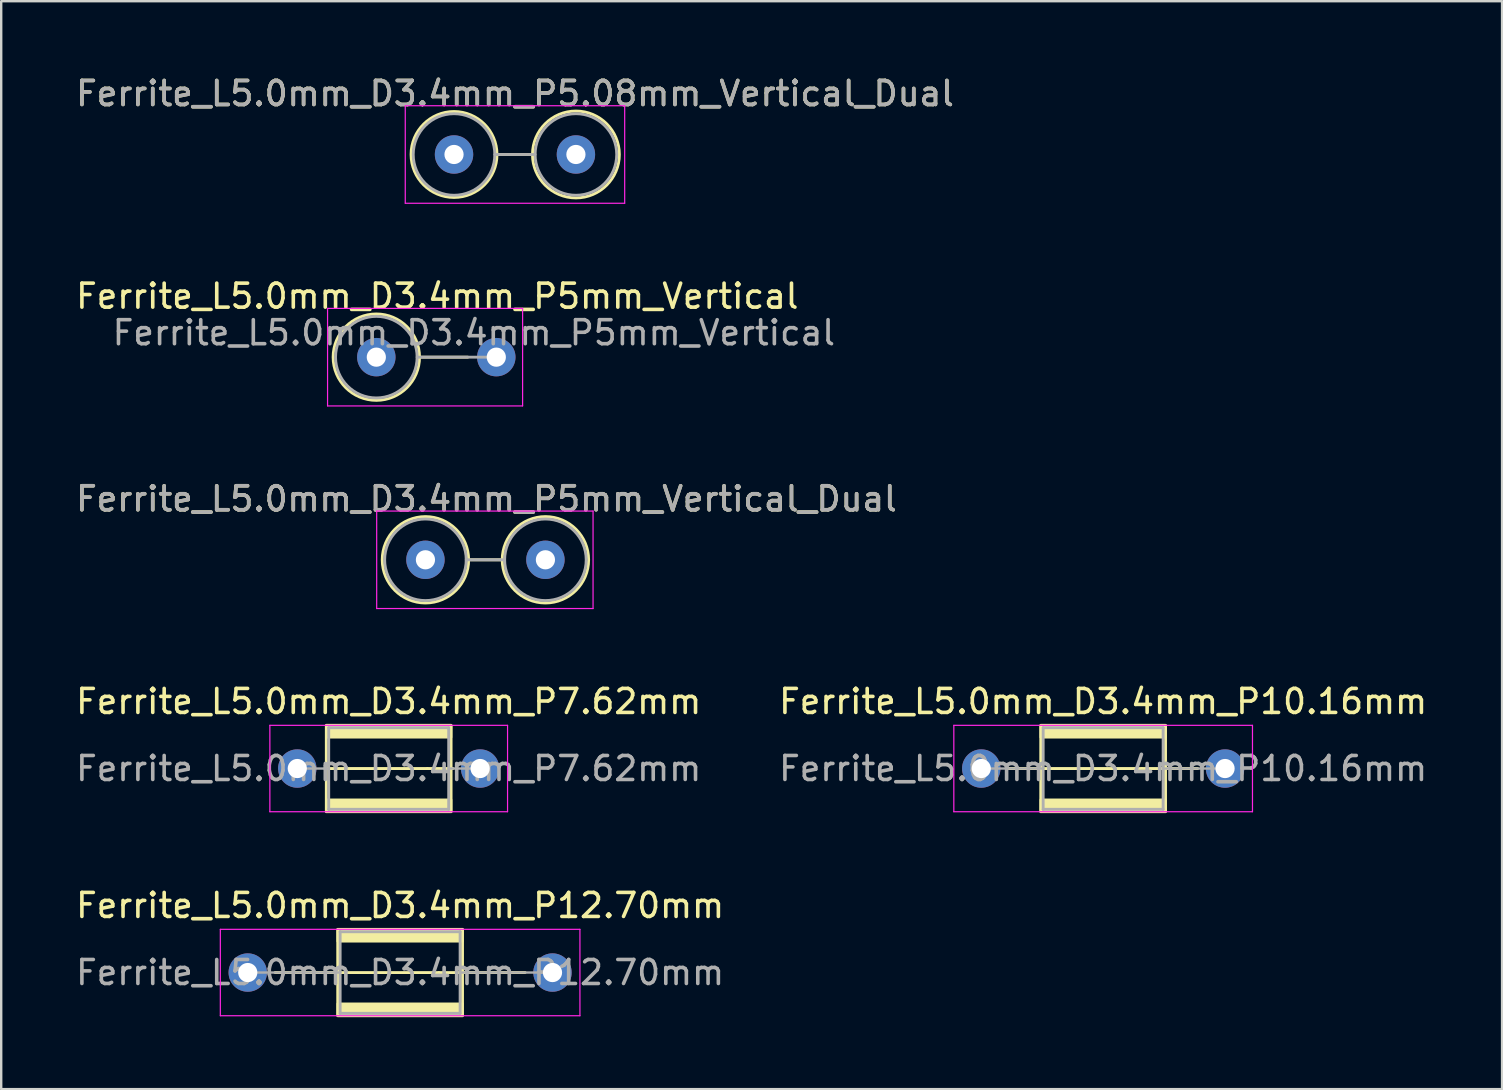
<source format=kicad_pcb>
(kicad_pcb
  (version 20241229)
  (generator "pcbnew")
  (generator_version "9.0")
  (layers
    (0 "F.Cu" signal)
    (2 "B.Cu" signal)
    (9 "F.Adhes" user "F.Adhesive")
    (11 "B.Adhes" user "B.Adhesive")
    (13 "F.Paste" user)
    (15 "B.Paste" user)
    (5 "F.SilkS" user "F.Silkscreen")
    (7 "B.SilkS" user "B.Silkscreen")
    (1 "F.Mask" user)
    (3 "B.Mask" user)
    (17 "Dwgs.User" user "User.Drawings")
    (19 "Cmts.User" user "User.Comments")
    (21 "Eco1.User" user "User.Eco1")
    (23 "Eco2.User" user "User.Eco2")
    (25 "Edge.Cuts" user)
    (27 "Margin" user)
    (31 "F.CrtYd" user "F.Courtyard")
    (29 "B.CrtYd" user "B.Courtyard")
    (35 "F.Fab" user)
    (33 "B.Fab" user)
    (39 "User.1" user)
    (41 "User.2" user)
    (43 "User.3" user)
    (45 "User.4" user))
  (footprint "Ferrite_L5.0mm_D3.4mm_P10.16mm"
    (layer "F.Cu")
    (at 37.843 28.978)
    (property "Reference" "Ferrite_L5.0mm_D3.4mm_P10.16mm" (at 5.08 -2.794 0) (layer "F.SilkS") (effects (font (size 1 1) (thickness 0.15))))
    (fp_line (start 6.694 0.000002) (end 1.143 0) (stroke (width 0.12) (type solid)) (layer "F.SilkS"))
    (fp_line (start 6.694 0.000002) (end 9.017 0) (stroke (width 0.12) (type solid)) (layer "F.SilkS"))
    (fp_rect (start 2.48 -1.8) (end 7.68 1.8) (stroke (width 0.12) (type solid)) (fill no) (layer "F.SilkS"))
    (fp_poly (pts (xy 2.48 1.3) (xy 7.68 1.3) (xy 7.68 1.8) (xy 2.48 1.8)) (stroke (width 0.1) (type solid)) (fill yes) (layer "F.SilkS"))
    (fp_poly (pts (xy 7.68 -1.3) (xy 2.48 -1.3) (xy 2.48 -1.8) (xy 7.68 -1.8)) (stroke (width 0.1) (type solid)) (fill yes) (layer "F.SilkS"))
    (fp_line (start -1.143 -1.8) (end 11.303 -1.8) (stroke (width 0.05) (type solid)) (layer "F.CrtYd"))
    (fp_line (start -1.143 1.8) (end -1.143 -1.8) (stroke (width 0.05) (type solid)) (layer "F.CrtYd"))
    (fp_line (start 11.303 -1.8) (end 11.303 1.8) (stroke (width 0.05) (type solid)) (layer "F.CrtYd"))
    (fp_line (start 11.303 1.8) (end -1.143 1.8) (stroke (width 0.05) (type solid)) (layer "F.CrtYd"))
    (fp_line (start 0 0) (end 2.58 0) (stroke (width 0.1) (type solid)) (layer "F.Fab"))
    (fp_line (start 2.58 -1.7) (end 7.58 -1.7) (stroke (width 0.12) (type solid)) (layer "F.Fab"))
    (fp_line (start 2.58 1.7) (end 2.58 -1.7) (stroke (width 0.12) (type solid)) (layer "F.Fab"))
    (fp_line (start 7.58 -1.7) (end 7.58 1.7) (stroke (width 0.12) (type solid)) (layer "F.Fab"))
    (fp_line (start 7.58 1.7) (end 2.58 1.7) (stroke (width 0.12) (type solid)) (layer "F.Fab"))
    (fp_line (start 10.16 0) (end 7.58 0) (stroke (width 0.1) (type solid)) (layer "F.Fab"))
    (fp_text user "${REFERENCE}" (at 5.08 0 0) (layer "F.Fab") (effects (font (size 1 1) (thickness 0.15))))
    (pad "1" thru_hole circle (at 0 0) (size 1.6 1.6) (drill 0.8) (layers "*.Cu" "*.Mask"))
    (pad "2" thru_hole circle (at 10.16 0) (size 1.6 1.6) (drill 0.8) (layers "*.Cu" "*.Mask")))
  (footprint "Ferrite_L5.0mm_D3.4mm_P12.70mm"
    (layer "F.Cu")
    (at 7.275 37.48)
    (property "Reference" "Ferrite_L5.0mm_D3.4mm_P12.70mm" (at 6.35 -2.794 0) (layer "F.SilkS") (effects (font (size 1 1) (thickness 0.15))))
    (fp_line (start 7.964 0.000002) (end 1.143 0) (stroke (width 0.12) (type solid)) (layer "F.SilkS"))
    (fp_line (start 7.964 0.000002) (end 11.557 0) (stroke (width 0.12) (type solid)) (layer "F.SilkS"))
    (fp_rect (start 3.75 -1.8) (end 8.95 1.8) (stroke (width 0.12) (type solid)) (fill no) (layer "F.SilkS"))
    (fp_poly (pts (xy 3.75 1.3) (xy 8.95 1.3) (xy 8.95 1.8) (xy 3.75 1.8)) (stroke (width 0.1) (type solid)) (fill yes) (layer "F.SilkS"))
    (fp_poly (pts (xy 8.95 -1.3) (xy 3.75 -1.3) (xy 3.75 -1.8) (xy 8.95 -1.8)) (stroke (width 0.1) (type solid)) (fill yes) (layer "F.SilkS"))
    (fp_line (start -1.143 -1.8) (end 13.843 -1.8) (stroke (width 0.05) (type solid)) (layer "F.CrtYd"))
    (fp_line (start -1.143 1.8) (end -1.143 -1.8) (stroke (width 0.05) (type solid)) (layer "F.CrtYd"))
    (fp_line (start 13.843 -1.8) (end 13.843 1.8) (stroke (width 0.05) (type solid)) (layer "F.CrtYd"))
    (fp_line (start 13.843 1.8) (end -1.143 1.8) (stroke (width 0.05) (type solid)) (layer "F.CrtYd"))
    (fp_line (start 0 0) (end 3.85 0) (stroke (width 0.1) (type solid)) (layer "F.Fab"))
    (fp_line (start 3.85 -1.7) (end 8.85 -1.7) (stroke (width 0.12) (type solid)) (layer "F.Fab"))
    (fp_line (start 3.85 1.7) (end 3.85 -1.7) (stroke (width 0.12) (type solid)) (layer "F.Fab"))
    (fp_line (start 8.85 -1.7) (end 8.85 1.7) (stroke (width 0.12) (type solid)) (layer "F.Fab"))
    (fp_line (start 8.85 1.7) (end 3.85 1.7) (stroke (width 0.12) (type solid)) (layer "F.Fab"))
    (fp_line (start 12.7 0) (end 8.85 0) (stroke (width 0.1) (type solid)) (layer "F.Fab"))
    (fp_text user "${REFERENCE}" (at 6.35 0 0) (layer "F.Fab") (effects (font (size 1 1) (thickness 0.15))))
    (pad "1" thru_hole circle (at 0 0) (size 1.6 1.6) (drill 0.8) (layers "*.Cu" "*.Mask"))
    (pad "2" thru_hole circle (at 12.7 0) (size 1.6 1.6) (drill 0.8) (layers "*.Cu" "*.Mask")))
  (footprint "Ferrite_L5.0mm_D3.4mm_P5mm_Vertical_Dual"
    (layer "F.Cu")
    (at 14.68 20.279)
    (property "Reference" "Ferrite_L5.0mm_D3.4mm_P5mm_Vertical_Dual" (at 2.54 -2.54 0) (layer "F.SilkS") (effects (font (size 1 1) (thickness 0.15))))
    (fp_line (start 1.8 0) (end 3.2 0) (stroke (width 0.12) (type solid)) (layer "F.SilkS"))
    (fp_circle (center 0 0) (end 1.8 0) (stroke (width 0.12) (type solid)) (fill no) (layer "F.SilkS"))
    (fp_circle (center 5 0) (end 6.8 0) (stroke (width 0.12) (type solid)) (fill no) (layer "F.SilkS"))
    (fp_line (start -2.032 -2.032) (end 6.985 -2.032) (stroke (width 0.05) (type solid)) (layer "F.CrtYd"))
    (fp_line (start -2.032 2.032) (end -2.032 -2.032) (stroke (width 0.05) (type solid)) (layer "F.CrtYd"))
    (fp_line (start 6.985 -2.032) (end 6.985 2.032) (stroke (width 0.05) (type solid)) (layer "F.CrtYd"))
    (fp_line (start 6.985 2.032) (end -2.032 2.032) (stroke (width 0.05) (type solid)) (layer "F.CrtYd"))
    (fp_line (start 1.7 0) (end 3.3 0) (stroke (width 0.12) (type solid)) (layer "F.Fab"))
    (fp_circle (center 0 0) (end 1.7 0) (stroke (width 0.12) (type solid)) (fill no) (layer "F.Fab"))
    (fp_circle (center 5 0) (end 6.7 0) (stroke (width 0.12) (type solid)) (fill no) (layer "F.Fab"))
    (fp_text user "${REFERENCE}" (at 2.54 -2.539 0) (layer "F.Fab") (effects (font (size 1 1) (thickness 0.15))))
    (pad "1" thru_hole circle (at 0 0) (size 1.6 1.6) (drill 0.8) (layers "*.Cu" "*.Mask"))
    (pad "2" thru_hole circle (at 5 0) (size 1.6 1.6) (drill 0.8) (layers "*.Cu" "*.Mask")))
  (footprint "Ferrite_L5.0mm_D3.4mm_P7.62mm"
    (layer "F.Cu")
    (at 9.339 28.978)
    (property "Reference" "Ferrite_L5.0mm_D3.4mm_P7.62mm" (at 3.81 -2.794 0) (layer "F.SilkS") (effects (font (size 1 1) (thickness 0.15))))
    (fp_line (start 5.424 0.000002) (end 1.143 0) (stroke (width 0.12) (type solid)) (layer "F.SilkS"))
    (fp_line (start 5.424 0.000002) (end 6.477 0) (stroke (width 0.12) (type solid)) (layer "F.SilkS"))
    (fp_rect (start 1.21 -1.8) (end 6.41 1.8) (stroke (width 0.12) (type solid)) (fill no) (layer "F.SilkS"))
    (fp_poly (pts (xy 1.21 1.3) (xy 6.41 1.3) (xy 6.41 1.8) (xy 1.21 1.8)) (stroke (width 0.1) (type solid)) (fill yes) (layer "F.SilkS"))
    (fp_poly (pts (xy 6.41 -1.3) (xy 1.21 -1.3) (xy 1.21 -1.8) (xy 6.41 -1.8)) (stroke (width 0.1) (type solid)) (fill yes) (layer "F.SilkS"))
    (fp_line (start -1.143 -1.8) (end 8.763 -1.8) (stroke (width 0.05) (type solid)) (layer "F.CrtYd"))
    (fp_line (start -1.143 1.8) (end -1.143 -1.8) (stroke (width 0.05) (type solid)) (layer "F.CrtYd"))
    (fp_line (start 8.763 -1.8) (end 8.763 1.8) (stroke (width 0.05) (type solid)) (layer "F.CrtYd"))
    (fp_line (start 8.763 1.8) (end -1.143 1.8) (stroke (width 0.05) (type solid)) (layer "F.CrtYd"))
    (fp_line (start 0 0) (end 1.31 0) (stroke (width 0.1) (type solid)) (layer "F.Fab"))
    (fp_line (start 1.31 -1.7) (end 6.31 -1.7) (stroke (width 0.12) (type solid)) (layer "F.Fab"))
    (fp_line (start 1.31 1.7) (end 1.31 -1.7) (stroke (width 0.12) (type solid)) (layer "F.Fab"))
    (fp_line (start 6.31 -1.7) (end 6.31 1.7) (stroke (width 0.12) (type solid)) (layer "F.Fab"))
    (fp_line (start 6.31 1.7) (end 1.31 1.7) (stroke (width 0.12) (type solid)) (layer "F.Fab"))
    (fp_line (start 7.62 0) (end 6.31 0) (stroke (width 0.1) (type solid)) (layer "F.Fab"))
    (fp_text user "${REFERENCE}" (at 3.81 0 0) (layer "F.Fab") (effects (font (size 1 1) (thickness 0.15))))
    (pad "1" thru_hole circle (at 0 0) (size 1.6 1.6) (drill 0.8) (layers "*.Cu" "*.Mask"))
    (pad "2" thru_hole circle (at 7.62 0) (size 1.6 1.6) (drill 0.8) (layers "*.Cu" "*.Mask")))
  (footprint "Ferrite_L5.0mm_D3.4mm_P5mm_Vertical"
    (layer "F.Cu")
    (at 12.633 11.834)
    (property "Reference" "Ferrite_L5.0mm_D3.4mm_P5mm_Vertical" (at 2.54 -2.54 0) (layer "F.SilkS") (effects (font (size 1 1) (thickness 0.15))))
    (fp_line (start 1.8 0) (end 3.81 0) (stroke (width 0.12) (type solid)) (layer "F.SilkS"))
    (fp_circle (center 0 0) (end 1.8 0) (stroke (width 0.12) (type solid)) (fill no) (layer "F.SilkS"))
    (fp_line (start -2.032 -2.032) (end 6.096 -2.032) (stroke (width 0.05) (type solid)) (layer "F.CrtYd"))
    (fp_line (start -2.032 2.032) (end -2.032 -2.032) (stroke (width 0.05) (type solid)) (layer "F.CrtYd"))
    (fp_line (start 6.096 -2.032) (end 6.096 2.032) (stroke (width 0.05) (type solid)) (layer "F.CrtYd"))
    (fp_line (start 6.096 2.032) (end -2.032 2.032) (stroke (width 0.05) (type solid)) (layer "F.CrtYd"))
    (fp_line (start 1.7 0) (end 5 0) (stroke (width 0.12) (type solid)) (layer "F.Fab"))
    (fp_circle (center 0 0) (end 1.7 0) (stroke (width 0.12) (type solid)) (fill no) (layer "F.Fab"))
    (fp_text user "${REFERENCE}" (at 4.064 -1.016 0) (layer "F.Fab") (effects (font (size 1 1) (thickness 0.15))))
    (pad "1" thru_hole circle (at 0 0) (size 1.6 1.6) (drill 0.8) (layers "*.Cu" "*.Mask"))
    (pad "2" thru_hole circle (at 5 0) (size 1.6 1.6) (drill 0.8) (layers "*.Cu" "*.Mask")))
  (footprint "Ferrite_L5.0mm_D3.4mm_P5.08mm_Vertical_Dual"
    (layer "F.Cu")
    (at 15.871 3.388)
    (property "Reference" "Ferrite_L5.0mm_D3.4mm_P5.08mm_Vertical_Dual" (at 2.54 -2.54 0) (layer "F.SilkS") (effects (font (size 1 1) (thickness 0.15))))
    (fp_line (start 1.79 0) (end 3.27 0) (stroke (width 0.12) (type solid)) (layer "F.SilkS"))
    (fp_circle (center 0 0) (end 1.79 0) (stroke (width 0.12) (type solid)) (fill no) (layer "F.SilkS"))
    (fp_circle (center 5.08 0) (end 6.89 0) (stroke (width 0.12) (type solid)) (fill no) (layer "F.SilkS"))
    (fp_line (start -2.032 -2.032) (end 7.112 -2.032) (stroke (width 0.05) (type solid)) (layer "F.CrtYd"))
    (fp_line (start -2.032 2.032) (end -2.032 -2.032) (stroke (width 0.05) (type solid)) (layer "F.CrtYd"))
    (fp_line (start 7.112 -2.032) (end 7.112 2.032) (stroke (width 0.05) (type solid)) (layer "F.CrtYd"))
    (fp_line (start 7.112 2.032) (end -2.032 2.032) (stroke (width 0.05) (type solid)) (layer "F.CrtYd"))
    (fp_line (start 1.7 0) (end 3.38 0) (stroke (width 0.12) (type solid)) (layer "F.Fab"))
    (fp_circle (center 0 0) (end 1.7 0) (stroke (width 0.12) (type solid)) (fill no) (layer "F.Fab"))
    (fp_circle (center 5.08 0) (end 6.78 0) (stroke (width 0.12) (type solid)) (fill no) (layer "F.Fab"))
    (fp_text user "${REFERENCE}" (at 2.54 -2.539 0) (layer "F.Fab") (effects (font (size 1 1) (thickness 0.15))))
    (pad "1" thru_hole circle (at 0 0) (size 1.6 1.6) (drill 0.8) (layers "*.Cu" "*.Mask"))
    (pad "2" thru_hole circle (at 5.08 0) (size 1.6 1.6) (drill 0.8) (layers "*.Cu" "*.Mask")))
  (gr_rect
    (start -3 -3)
    (end 59.548 42.34)
    (stroke (width 0.1) (type default))
    (fill no)
    (layer "Edge.Cuts")))
</source>
